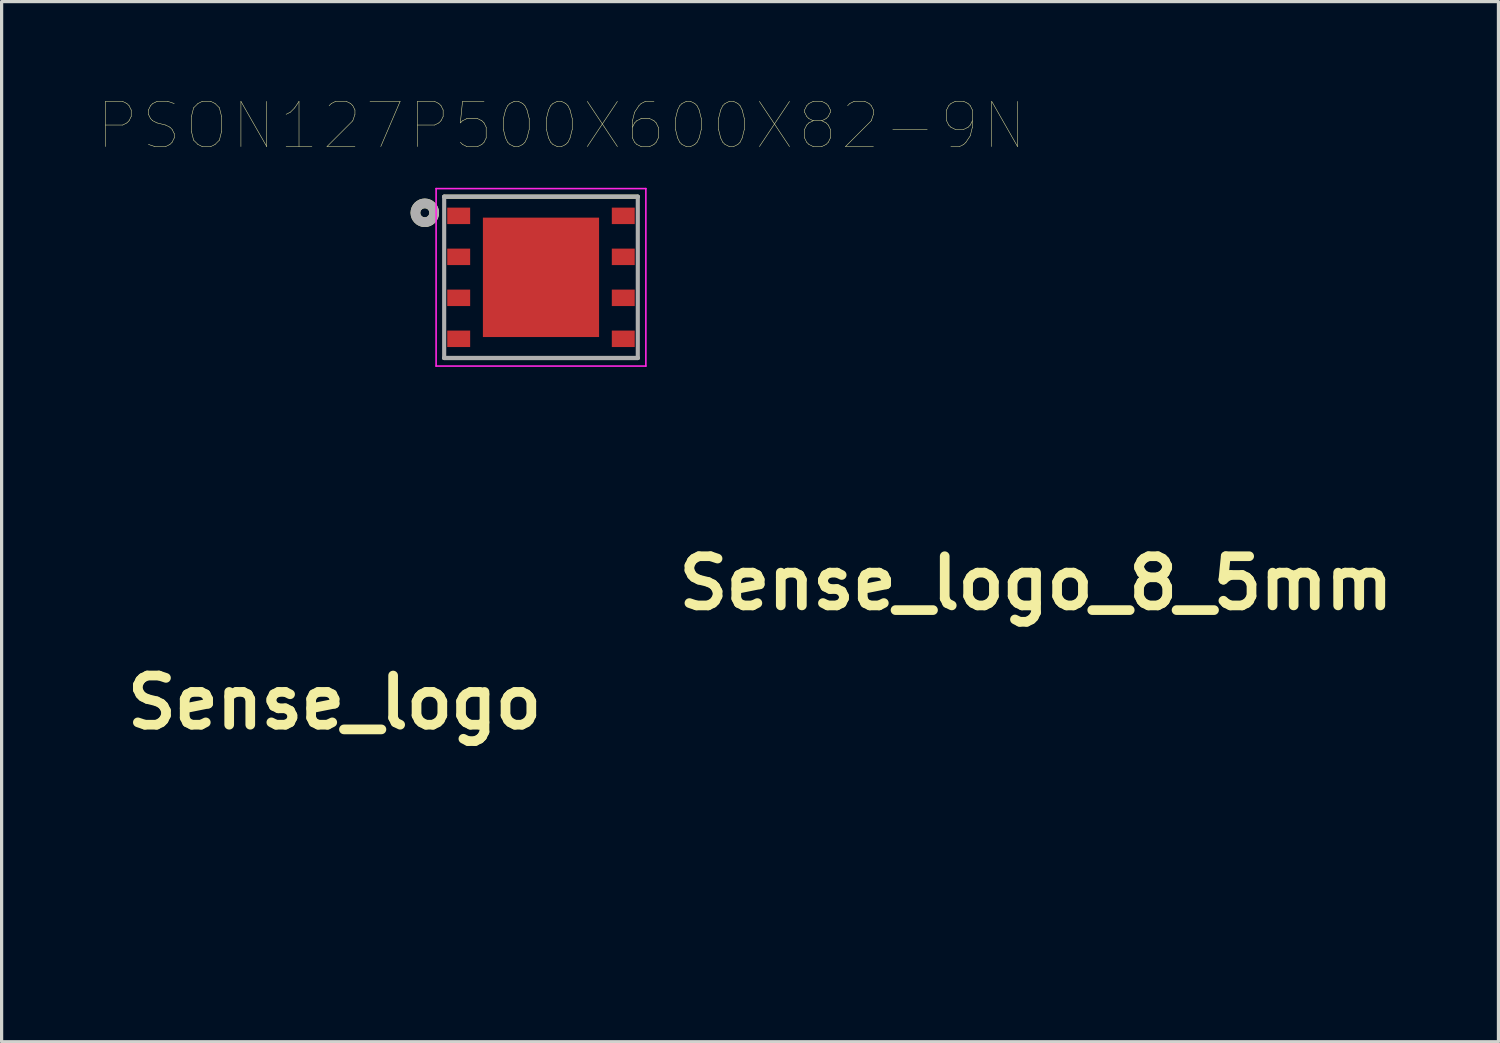
<source format=kicad_pcb>
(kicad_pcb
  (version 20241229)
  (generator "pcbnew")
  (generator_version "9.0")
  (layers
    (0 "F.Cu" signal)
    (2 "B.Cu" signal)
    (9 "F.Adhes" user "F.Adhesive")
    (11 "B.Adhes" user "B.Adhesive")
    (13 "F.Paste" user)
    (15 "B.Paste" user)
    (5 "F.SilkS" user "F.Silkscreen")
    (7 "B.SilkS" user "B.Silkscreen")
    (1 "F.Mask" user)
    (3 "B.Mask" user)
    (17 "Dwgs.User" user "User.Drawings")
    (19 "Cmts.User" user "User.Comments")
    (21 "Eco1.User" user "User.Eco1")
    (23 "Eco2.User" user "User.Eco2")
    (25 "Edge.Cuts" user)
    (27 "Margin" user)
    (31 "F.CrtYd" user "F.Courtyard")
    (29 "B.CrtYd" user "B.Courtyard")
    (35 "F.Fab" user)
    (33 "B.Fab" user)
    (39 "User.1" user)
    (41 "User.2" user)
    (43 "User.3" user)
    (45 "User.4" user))
  (footprint "Sense_logo"
    (layer "F.Cu")
    (at 7.318 18.718)
    (property "Reference" "Sense_logo" (at 0 0 0) (layer "F.SilkS") (effects (font (size 1.524 1.524) (thickness 0.3))))
    (attr through_hole)
    (fp_poly (pts (xy 0.746 -7.379) (xy 1.343 -7.319) (xy 1.892 -7.202) (xy 2.452 -7.013) (xy 3.084 -6.741) (xy 3.133 -6.718) (xy 4.123 -6.165) (xy 4.995 -5.492) (xy 5.745 -4.703) (xy 6.371 -3.801) (xy 6.869 -2.791) (xy 7.209 -1.772) (xy 7.333 -1.131) (xy 7.398 -0.393) (xy 7.404 0.381) (xy 7.351 1.131) (xy 7.238 1.794) (xy 7.21 1.905) (xy 6.842 2.965) (xy 6.332 3.947) (xy 5.693 4.838) (xy 4.937 5.625) (xy 4.077 6.296) (xy 3.125 6.838) (xy 2.094 7.239) (xy 1.947 7.282) (xy 1.525 7.372) (xy 0.997 7.442) (xy 0.417 7.489) (xy -0.161 7.509) (xy -0.683 7.499) (xy -1.097 7.458) (xy -1.115 7.454) (xy -2.178 7.182) (xy -3.185 6.77) (xy -4.112 6.233) (xy -4.903 5.61) (xy -1.644 5.61) (xy -1.635 5.641) (xy -1.573 5.727) (xy -1.465 5.742) (xy -1.288 5.679) (xy -1.022 5.529) (xy -0.645 5.285) (xy -0.599 5.254) (xy -0.087 4.884) (xy 0.295 4.544) (xy 0.574 4.202) (xy 0.78 3.828) (xy 0.848 3.659) (xy 0.937 3.387) (xy 0.996 3.113) (xy 1.022 2.816) (xy 1.013 2.477) (xy 0.965 2.079) (xy 0.878 1.601) (xy 0.748 1.025) (xy 0.573 0.333) (xy 0.35 -0.495) (xy 0.257 -0.832) (xy 0.092 -1.469) (xy -0.013 -1.978) (xy -0.056 -2.389) (xy -0.04 -2.73) (xy 0.034 -3.03) (xy 0.163 -3.315) (xy 0.283 -3.535) (xy 0.449 -3.836) (xy 0.622 -4.149) (xy 0.81 -4.528) (xy 0.906 -4.84) (xy 0.929 -5.101) (xy 0.919 -5.35) (xy 0.876 -5.471) (xy 0.784 -5.503) (xy 0.78 -5.503) (xy 0.67 -5.438) (xy 0.484 -5.261) (xy 0.244 -4.999) (xy -0.027 -4.679) (xy -0.308 -4.327) (xy -0.578 -3.97) (xy -0.814 -3.635) (xy -0.995 -3.349) (xy -1.056 -3.237) (xy -1.229 -2.713) (xy -1.276 -2.091) (xy -1.195 -1.386) (xy -1.058 -0.835) (xy -0.944 -0.456) (xy -0.802 0.018) (xy -0.652 0.521) (xy -0.542 0.889) (xy -0.348 1.629) (xy -0.226 2.294) (xy -0.179 2.865) (xy -0.208 3.321) (xy -0.274 3.558) (xy -0.386 3.757) (xy -0.578 4.033) (xy -0.817 4.338) (xy -0.92 4.461) (xy -1.269 4.883) (xy -1.5 5.205) (xy -1.622 5.443) (xy -1.644 5.61) (xy -4.903 5.61) (xy -4.94 5.581) (xy -5.646 4.829) (xy -5.717 4.739) (xy -6.329 3.816) (xy -6.791 2.844) (xy -7.107 1.839) (xy -7.279 0.814) (xy -7.313 -0.213) (xy -7.21 -1.23) (xy -6.975 -2.219) (xy -6.61 -3.168) (xy -6.119 -4.059) (xy -5.505 -4.879) (xy -4.772 -5.612) (xy -3.924 -6.244) (xy -3.175 -6.659) (xy -2.463 -6.972) (xy -1.807 -7.188) (xy -1.145 -7.32) (xy -0.416 -7.383) (xy 0.042 -7.393) (xy 0.746 -7.379)) (stroke (width 0.01) (type solid)) (fill no) (layer "Eco2.User")))
  (footprint "Sense_logo_8_5mm"
    (layer "F.Cu")
    (at 29.055 15.021)
    (property "Reference" "Sense_logo_8_5mm" (at 0 0 0) (layer "F.SilkS") (effects (font (size 1.524 1.524) (thickness 0.3))))
    (attr through_hole)
    (fp_poly (pts (xy 0.373 -3.689) (xy 0.671 -3.66) (xy 0.946 -3.601) (xy 1.226 -3.507) (xy 1.542 -3.37) (xy 1.566 -3.359) (xy 2.061 -3.083) (xy 2.497 -2.746) (xy 2.873 -2.351) (xy 3.186 -1.901) (xy 3.434 -1.396) (xy 3.605 -0.886) (xy 3.667 -0.566) (xy 3.699 -0.196) (xy 3.702 0.191) (xy 3.675 0.565) (xy 3.619 0.897) (xy 3.605 0.953) (xy 3.421 1.482) (xy 3.166 1.973) (xy 2.847 2.419) (xy 2.469 2.813) (xy 2.039 3.148) (xy 1.563 3.419) (xy 1.047 3.619) (xy 0.974 3.641) (xy 0.762 3.686) (xy 0.498 3.721) (xy 0.209 3.744) (xy -0.08 3.754) (xy -0.342 3.75) (xy -0.548 3.729) (xy -0.557 3.727) (xy -1.089 3.591) (xy -1.592 3.385) (xy -2.056 3.116) (xy -2.452 2.805) (xy -0.822 2.805) (xy -0.818 2.82) (xy -0.787 2.863) (xy -0.732 2.871) (xy -0.644 2.839) (xy -0.511 2.764) (xy -0.323 2.642) (xy -0.3 2.627) (xy -0.043 2.442) (xy 0.147 2.272) (xy 0.287 2.101) (xy 0.39 1.914) (xy 0.424 1.829) (xy 0.469 1.694) (xy 0.498 1.556) (xy 0.511 1.408) (xy 0.506 1.239) (xy 0.483 1.039) (xy 0.439 0.8) (xy 0.374 0.513) (xy 0.287 0.166) (xy 0.175 -0.248) (xy 0.129 -0.416) (xy 0.046 -0.735) (xy -0.006 -0.989) (xy -0.028 -1.194) (xy -0.02 -1.365) (xy 0.017 -1.515) (xy 0.082 -1.658) (xy 0.142 -1.767) (xy 0.225 -1.918) (xy 0.311 -2.074) (xy 0.405 -2.264) (xy 0.453 -2.42) (xy 0.465 -2.551) (xy 0.46 -2.675) (xy 0.438 -2.735) (xy 0.392 -2.752) (xy 0.39 -2.752) (xy 0.335 -2.719) (xy 0.242 -2.631) (xy 0.122 -2.5) (xy -0.013 -2.339) (xy -0.154 -2.163) (xy -0.289 -1.985) (xy -0.407 -1.818) (xy -0.498 -1.675) (xy -0.528 -1.618) (xy -0.615 -1.356) (xy -0.638 -1.045) (xy -0.597 -0.693) (xy -0.529 -0.418) (xy -0.472 -0.228) (xy -0.401 0.009) (xy -0.326 0.26) (xy -0.271 0.445) (xy -0.174 0.814) (xy -0.113 1.147) (xy -0.089 1.432) (xy -0.104 1.66) (xy -0.137 1.779) (xy -0.193 1.878) (xy -0.289 2.016) (xy -0.408 2.169) (xy -0.46 2.231) (xy -0.635 2.441) (xy -0.75 2.603) (xy -0.811 2.722) (xy -0.822 2.805) (xy -2.452 2.805) (xy -2.47 2.791) (xy -2.823 2.415) (xy -2.858 2.369) (xy -3.164 1.908) (xy -3.395 1.422) (xy -3.553 0.919) (xy -3.64 0.407) (xy -3.656 -0.107) (xy -3.605 -0.615) (xy -3.487 -1.11) (xy -3.305 -1.584) (xy -3.06 -2.03) (xy -2.753 -2.44) (xy -2.386 -2.806) (xy -1.962 -3.122) (xy -1.587 -3.33) (xy -1.232 -3.486) (xy -0.904 -3.594) (xy -0.573 -3.66) (xy -0.208 -3.691) (xy 0.021 -3.697) (xy 0.373 -3.689)) (stroke (width 0.01) (type solid)) (fill no) (layer "Eco2.User")))
  (footprint "PSON127P500X600X82-9N"
    (layer "F.Cu")
    (at 13.714 5.544)
    (property "Reference" "PSON127P500X600X82-9N" (at 0.635 -4.699 0) (layer "F.SilkS") (effects (font (size 1.4 1.4) (thickness 0.015))))
    (attr through_hole)
    (fp_line (start -3 -2.5) (end 3 -2.5) (stroke (width 0.127) (type solid)) (layer "F.SilkS"))
    (fp_line (start 3 2.5) (end -3 2.5) (stroke (width 0.127) (type solid)) (layer "F.SilkS"))
    (fp_circle (center -3.6 -2) (end -3.459 -2) (stroke (width 0.3) (type solid)) (fill no) (layer "F.SilkS"))
    (fp_poly (pts (xy -1.5 -1.45) (xy -0.18 -1.45) (xy -0.18 -0.18) (xy -1.5 -0.18)) (stroke (width 0.01) (type solid)) (fill yes) (layer "F.Paste"))
    (fp_poly (pts (xy -1.5 0.18) (xy -0.18 0.18) (xy -0.18 1.45) (xy -1.5 1.45)) (stroke (width 0.01) (type solid)) (fill yes) (layer "F.Paste"))
    (fp_poly (pts (xy 0.18 -1.45) (xy 1.5 -1.45) (xy 1.5 -0.18) (xy 0.18 -0.18)) (stroke (width 0.01) (type solid)) (fill yes) (layer "F.Paste"))
    (fp_poly (pts (xy 0.18 0.18) (xy 1.5 0.18) (xy 1.5 1.45) (xy 0.18 1.45)) (stroke (width 0.01) (type solid)) (fill yes) (layer "F.Paste"))
    (fp_line (start -3.25 -2.75) (end 3.25 -2.75) (stroke (width 0.05) (type solid)) (layer "F.CrtYd"))
    (fp_line (start -3.25 2.75) (end -3.25 -2.75) (stroke (width 0.05) (type solid)) (layer "F.CrtYd"))
    (fp_line (start 3.25 -2.75) (end 3.25 2.75) (stroke (width 0.05) (type solid)) (layer "F.CrtYd"))
    (fp_line (start 3.25 2.75) (end -3.25 2.75) (stroke (width 0.05) (type solid)) (layer "F.CrtYd"))
    (fp_line (start -3 -2.5) (end 3 -2.5) (stroke (width 0.127) (type solid)) (layer "F.Fab"))
    (fp_line (start -3 2.5) (end -3 -2.5) (stroke (width 0.127) (type solid)) (layer "F.Fab"))
    (fp_line (start 3 -2.5) (end 3 2.5) (stroke (width 0.127) (type solid)) (layer "F.Fab"))
    (fp_line (start 3 2.5) (end -3 2.5) (stroke (width 0.127) (type solid)) (layer "F.Fab"))
    (fp_circle (center -3.6 -2) (end -3.459 -2) (stroke (width 0.3) (type solid)) (fill no) (layer "F.Fab"))
    (pad "1" smd rect (at -2.55 -1.905) (size 0.71 0.51) (layers "F.Cu" "F.Mask" "F.Paste"))
    (pad "2" smd rect (at -2.55 -0.635) (size 0.71 0.51) (layers "F.Cu" "F.Mask" "F.Paste"))
    (pad "3" smd rect (at -2.55 0.635) (size 0.71 0.51) (layers "F.Cu" "F.Mask" "F.Paste"))
    (pad "4" smd rect (at -2.55 1.905) (size 0.71 0.51) (layers "F.Cu" "F.Mask" "F.Paste"))
    (pad "5" smd rect (at 2.55 1.905) (size 0.71 0.51) (layers "F.Cu" "F.Mask" "F.Paste"))
    (pad "6" smd rect (at 2.55 0.635) (size 0.71 0.51) (layers "F.Cu" "F.Mask" "F.Paste"))
    (pad "7" smd rect (at 2.55 -0.635) (size 0.71 0.51) (layers "F.Cu" "F.Mask" "F.Paste"))
    (pad "8" smd rect (at 2.55 -1.905) (size 0.71 0.51) (layers "F.Cu" "F.Mask" "F.Paste"))
    (pad "9" smd rect (at 0 0) (size 3.6 3.7) (layers "F.Cu" "F.Mask")))
  (gr_rect
    (start -3 -3)
    (end 43.384 29.231)
    (stroke (width 0.1) (type default))
    (fill no)
    (layer "Edge.Cuts")))
</source>
